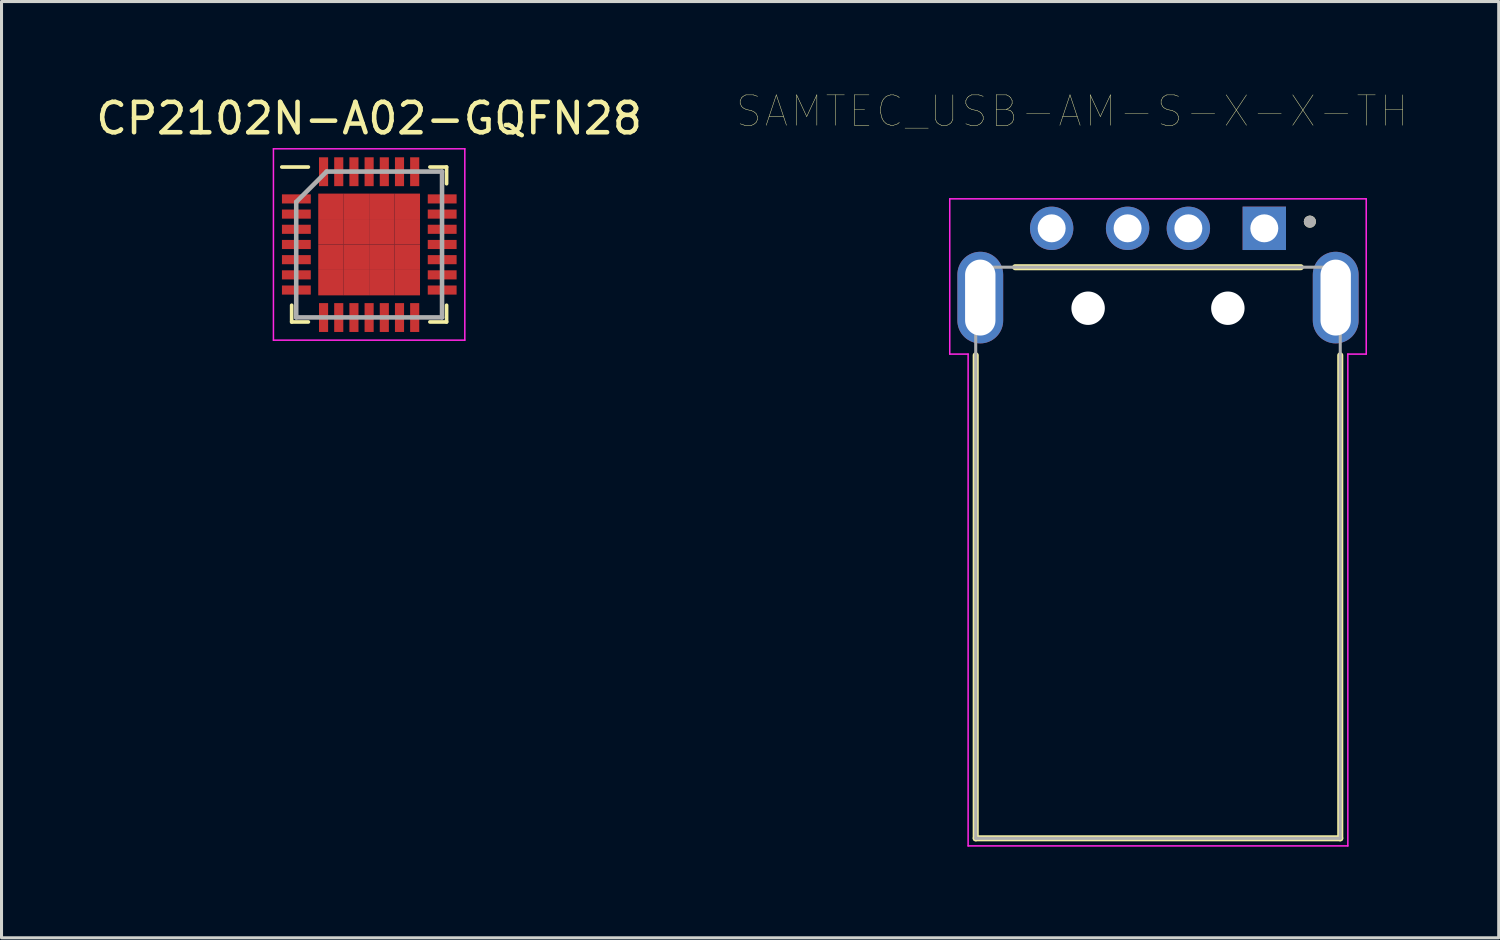
<source format=kicad_pcb>
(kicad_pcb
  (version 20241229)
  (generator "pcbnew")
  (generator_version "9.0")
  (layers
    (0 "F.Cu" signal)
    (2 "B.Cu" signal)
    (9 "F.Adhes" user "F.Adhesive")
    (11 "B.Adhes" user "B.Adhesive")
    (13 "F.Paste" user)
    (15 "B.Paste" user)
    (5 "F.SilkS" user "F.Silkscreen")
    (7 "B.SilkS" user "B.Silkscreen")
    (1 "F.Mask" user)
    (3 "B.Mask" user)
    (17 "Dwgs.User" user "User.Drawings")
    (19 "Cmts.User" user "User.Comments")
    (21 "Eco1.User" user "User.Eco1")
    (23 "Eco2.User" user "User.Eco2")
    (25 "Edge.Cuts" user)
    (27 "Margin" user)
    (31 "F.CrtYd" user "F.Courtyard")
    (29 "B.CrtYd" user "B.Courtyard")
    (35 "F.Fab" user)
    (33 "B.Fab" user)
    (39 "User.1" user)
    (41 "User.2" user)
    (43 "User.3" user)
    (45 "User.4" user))
  (footprint "CP2102N-A02-GQFN28"
    (layer "F.Cu")
    (at 9.101 4.998)
    (property "Reference" "CP2102N-A02-GQFN28" (at 0 -4.15 0) (layer "F.SilkS") (effects (font (size 1 1) (thickness 0.15))))
    (attr smd)
    (fp_line (start -2.55 2.55) (end -2.55 2) (stroke (width 0.12) (type solid)) (layer "F.SilkS"))
    (fp_line (start -2 -2.55) (end -2.875 -2.55) (stroke (width 0.12) (type solid)) (layer "F.SilkS"))
    (fp_line (start -2 2.55) (end -2.55 2.55) (stroke (width 0.12) (type solid)) (layer "F.SilkS"))
    (fp_line (start 2 -2.55) (end 2.55 -2.55) (stroke (width 0.12) (type solid)) (layer "F.SilkS"))
    (fp_line (start 2 2.55) (end 2.55 2.55) (stroke (width 0.12) (type solid)) (layer "F.SilkS"))
    (fp_line (start 2.55 -2.55) (end 2.55 -2) (stroke (width 0.12) (type solid)) (layer "F.SilkS"))
    (fp_line (start 2.55 2.55) (end 2.55 2) (stroke (width 0.12) (type solid)) (layer "F.SilkS"))
    (fp_line (start -3.15 -3.15) (end 3.15 -3.15) (stroke (width 0.05) (type solid)) (layer "F.CrtYd"))
    (fp_line (start -3.15 3.15) (end -3.15 -3.15) (stroke (width 0.05) (type solid)) (layer "F.CrtYd"))
    (fp_line (start 3.15 -3.15) (end 3.15 3.15) (stroke (width 0.05) (type solid)) (layer "F.CrtYd"))
    (fp_line (start 3.15 3.15) (end -3.15 3.15) (stroke (width 0.05) (type solid)) (layer "F.CrtYd"))
    (fp_line (start -2.4 -1.4) (end -2.4 2.4) (stroke (width 0.15) (type solid)) (layer "F.Fab"))
    (fp_line (start -2.4 2.4) (end 2.4 2.4) (stroke (width 0.15) (type solid)) (layer "F.Fab"))
    (fp_line (start -1.4 -2.4) (end -2.4 -1.4) (stroke (width 0.15) (type solid)) (layer "F.Fab"))
    (fp_line (start 2.4 -2.4) (end -1.4 -2.4) (stroke (width 0.15) (type solid)) (layer "F.Fab"))
    (fp_line (start 2.4 2.4) (end 2.4 -2.4) (stroke (width 0.15) (type solid)) (layer "F.Fab"))
    (pad "1" smd rect (at -2.395 -1.5 90) (size 0.3 0.95) (layers "F.Cu" "F.Mask" "F.Paste"))
    (pad "2" smd rect (at -2.395 -1 90) (size 0.3 0.95) (layers "F.Cu" "F.Mask" "F.Paste"))
    (pad "3" smd rect (at -2.395 -0.5 90) (size 0.3 0.95) (layers "F.Cu" "F.Mask" "F.Paste"))
    (pad "4" smd rect (at -2.395 0 90) (size 0.3 0.95) (layers "F.Cu" "F.Mask" "F.Paste"))
    (pad "5" smd rect (at -2.395 0.5 90) (size 0.3 0.95) (layers "F.Cu" "F.Mask" "F.Paste"))
    (pad "6" smd rect (at -2.395 1 90) (size 0.3 0.95) (layers "F.Cu" "F.Mask" "F.Paste"))
    (pad "7" smd rect (at -2.395 1.5 90) (size 0.3 0.95) (layers "F.Cu" "F.Mask" "F.Paste"))
    (pad "8" smd rect (at -1.5 2.405) (size 0.3 0.95) (layers "F.Cu" "F.Mask" "F.Paste"))
    (pad "9" smd rect (at -1 2.405) (size 0.3 0.95) (layers "F.Cu" "F.Mask" "F.Paste"))
    (pad "10" smd rect (at -0.5 2.405) (size 0.3 0.95) (layers "F.Cu" "F.Mask" "F.Paste"))
    (pad "11" smd rect (at 0 2.405) (size 0.3 0.95) (layers "F.Cu" "F.Mask" "F.Paste"))
    (pad "12" smd rect (at 0.5 2.405) (size 0.3 0.95) (layers "F.Cu" "F.Mask" "F.Paste"))
    (pad "13" smd rect (at 1 2.405) (size 0.3 0.95) (layers "F.Cu" "F.Mask" "F.Paste"))
    (pad "14" smd rect (at 1.5 2.405) (size 0.3 0.95) (layers "F.Cu" "F.Mask" "F.Paste"))
    (pad "15" smd rect (at 2.405 1.5 90) (size 0.3 0.95) (layers "F.Cu" "F.Mask" "F.Paste"))
    (pad "16" smd rect (at 2.405 1 90) (size 0.3 0.95) (layers "F.Cu" "F.Mask" "F.Paste"))
    (pad "17" smd rect (at 2.405 0.5 90) (size 0.3 0.95) (layers "F.Cu" "F.Mask" "F.Paste"))
    (pad "18" smd rect (at 2.405 0 90) (size 0.3 0.95) (layers "F.Cu" "F.Mask" "F.Paste"))
    (pad "19" smd rect (at 2.405 -0.5 90) (size 0.3 0.95) (layers "F.Cu" "F.Mask" "F.Paste"))
    (pad "20" smd rect (at 2.405 -1 90) (size 0.3 0.95) (layers "F.Cu" "F.Mask" "F.Paste"))
    (pad "21" smd rect (at 2.405 -1.5 90) (size 0.3 0.95) (layers "F.Cu" "F.Mask" "F.Paste"))
    (pad "22" smd rect (at 1.5 -2.395) (size 0.3 0.95) (layers "F.Cu" "F.Mask" "F.Paste"))
    (pad "23" smd rect (at 1 -2.395) (size 0.3 0.95) (layers "F.Cu" "F.Mask" "F.Paste"))
    (pad "24" smd rect (at 0.5 -2.395) (size 0.3 0.95) (layers "F.Cu" "F.Mask" "F.Paste"))
    (pad "25" smd rect (at 0 -2.395) (size 0.3 0.95) (layers "F.Cu" "F.Mask" "F.Paste"))
    (pad "26" smd rect (at -0.5 -2.395) (size 0.3 0.95) (layers "F.Cu" "F.Mask" "F.Paste"))
    (pad "27" smd rect (at -1 -2.395) (size 0.3 0.95) (layers "F.Cu" "F.Mask" "F.Paste"))
    (pad "28" smd rect (at -1.5 -2.395) (size 0.3 0.95) (layers "F.Cu" "F.Mask" "F.Paste"))
    (pad "29" smd rect (at -1.256 -1.256) (size 0.838 0.838) (layers "F.Cu" "F.Mask" "F.Paste"))
    (pad "29" smd rect (at -1.256 -0.419) (size 0.838 0.838) (layers "F.Cu" "F.Mask" "F.Paste"))
    (pad "29" smd rect (at -1.256 0.419) (size 0.838 0.838) (layers "F.Cu" "F.Mask" "F.Paste"))
    (pad "29" smd rect (at -1.256 1.256) (size 0.838 0.838) (layers "F.Cu" "F.Mask" "F.Paste"))
    (pad "29" smd rect (at -0.419 -1.256) (size 0.838 0.838) (layers "F.Cu" "F.Mask" "F.Paste"))
    (pad "29" smd rect (at -0.419 -0.419) (size 0.838 0.838) (layers "F.Cu" "F.Mask" "F.Paste"))
    (pad "29" smd rect (at -0.419 0.419) (size 0.838 0.838) (layers "F.Cu" "F.Mask" "F.Paste"))
    (pad "29" smd rect (at -0.419 1.256) (size 0.838 0.838) (layers "F.Cu" "F.Mask" "F.Paste"))
    (pad "29" smd rect (at 0.419 -1.256) (size 0.838 0.838) (layers "F.Cu" "F.Mask" "F.Paste"))
    (pad "29" smd rect (at 0.419 -0.419) (size 0.838 0.838) (layers "F.Cu" "F.Mask" "F.Paste"))
    (pad "29" smd rect (at 0.419 0.419) (size 0.838 0.838) (layers "F.Cu" "F.Mask" "F.Paste"))
    (pad "29" smd rect (at 0.419 1.256) (size 0.838 0.838) (layers "F.Cu" "F.Mask" "F.Paste"))
    (pad "29" smd rect (at 1.256 -1.256) (size 0.838 0.838) (layers "F.Cu" "F.Mask" "F.Paste"))
    (pad "29" smd rect (at 1.256 -0.419) (size 0.838 0.838) (layers "F.Cu" "F.Mask" "F.Paste"))
    (pad "29" smd rect (at 1.256 0.419) (size 0.838 0.838) (layers "F.Cu" "F.Mask" "F.Paste"))
    (pad "29" smd rect (at 1.256 1.256) (size 0.838 0.838) (layers "F.Cu" "F.Mask" "F.Paste")))
  (footprint "SAMTEC_USB-AM-S-X-X-TH"
    (layer "F.Cu")
    (at 35.069 6.746)
    (property "Reference" "SAMTEC_USB-AM-S-X-X-TH" (at -2.825 -6.135 0) (layer "F.SilkS") (effects (font (size 1 1) (thickness 0.015))))
    (attr through_hole)
    (fp_line (start -6 17.8) (end -6 1.9) (stroke (width 0.2) (type solid)) (layer "F.SilkS"))
    (fp_line (start -4.7 -1) (end 4.7 -1) (stroke (width 0.2) (type solid)) (layer "F.SilkS"))
    (fp_line (start 6 1.9) (end 6 17.8) (stroke (width 0.2) (type solid)) (layer "F.SilkS"))
    (fp_line (start 6 17.8) (end -6 17.8) (stroke (width 0.2) (type solid)) (layer "F.SilkS"))
    (fp_circle (center 5 -2.5) (end 5.1 -2.5) (stroke (width 0.2) (type solid)) (fill no) (layer "F.SilkS"))
    (fp_line (start -6.855 -3.25) (end 6.855 -3.25) (stroke (width 0.05) (type solid)) (layer "F.CrtYd"))
    (fp_line (start -6.855 1.86) (end -6.855 -3.25) (stroke (width 0.05) (type solid)) (layer "F.CrtYd"))
    (fp_line (start -6.25 1.86) (end -6.855 1.86) (stroke (width 0.05) (type solid)) (layer "F.CrtYd"))
    (fp_line (start -6.25 18.05) (end -6.25 1.86) (stroke (width 0.05) (type solid)) (layer "F.CrtYd"))
    (fp_line (start 6.25 1.86) (end 6.25 18.05) (stroke (width 0.05) (type solid)) (layer "F.CrtYd"))
    (fp_line (start 6.25 18.05) (end -6.25 18.05) (stroke (width 0.05) (type solid)) (layer "F.CrtYd"))
    (fp_line (start 6.855 -3.25) (end 6.855 1.86) (stroke (width 0.05) (type solid)) (layer "F.CrtYd"))
    (fp_line (start 6.855 1.86) (end 6.25 1.86) (stroke (width 0.05) (type solid)) (layer "F.CrtYd"))
    (fp_line (start -6 -1) (end 6 -1) (stroke (width 0.1) (type solid)) (layer "F.Fab"))
    (fp_line (start -6 17.8) (end -6 -1) (stroke (width 0.1) (type solid)) (layer "F.Fab"))
    (fp_line (start 6 -1) (end 6 17.8) (stroke (width 0.1) (type solid)) (layer "F.Fab"))
    (fp_line (start 6 17.8) (end -6 17.8) (stroke (width 0.1) (type solid)) (layer "F.Fab"))
    (fp_circle (center 5 -2.5) (end 5.1 -2.5) (stroke (width 0.2) (type solid)) (fill no) (layer "F.Fab"))
    (pad "" np_thru_hole circle (at -2.3 0.35) (size 1.1 1.1) (drill 1.1) (layers "*.Cu" "*.Mask"))
    (pad "" np_thru_hole circle (at 2.3 0.35) (size 1.1 1.1) (drill 1.1) (layers "*.Cu" "*.Mask"))
    (pad "01" thru_hole rect (at 3.5 -2.28) (size 1.428 1.428) (drill 0.92) (layers "*.Cu" "*.Mask"))
    (pad "02" thru_hole circle (at 1 -2.28) (size 1.428 1.428) (drill 0.92) (layers "*.Cu" "*.Mask"))
    (pad "03" thru_hole circle (at -1 -2.28) (size 1.428 1.428) (drill 0.92) (layers "*.Cu" "*.Mask"))
    (pad "04" thru_hole circle (at -3.5 -2.28) (size 1.428 1.428) (drill 0.92) (layers "*.Cu" "*.Mask"))
    (pad "S1" thru_hole oval (at -5.85 0) (size 1.508 3.016) (drill oval 1 2.5) (layers "*.Cu" "*.Mask"))
    (pad "S2" thru_hole oval (at 5.85 0) (size 1.508 3.016) (drill oval 1 2.5) (layers "*.Cu" "*.Mask")))
  (gr_rect
    (start -3 -3)
    (end 46.285 27.821)
    (stroke (width 0.1) (type default))
    (fill no)
    (layer "Edge.Cuts")))
</source>
